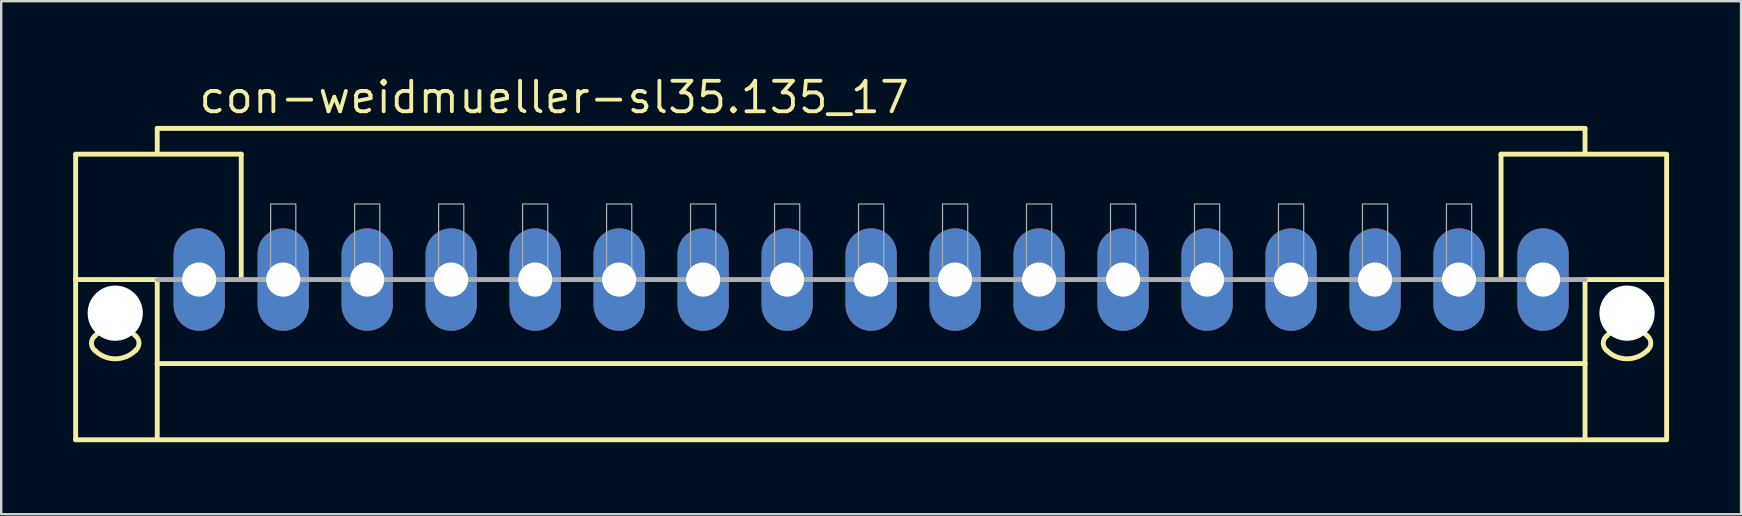
<source format=kicad_pcb>
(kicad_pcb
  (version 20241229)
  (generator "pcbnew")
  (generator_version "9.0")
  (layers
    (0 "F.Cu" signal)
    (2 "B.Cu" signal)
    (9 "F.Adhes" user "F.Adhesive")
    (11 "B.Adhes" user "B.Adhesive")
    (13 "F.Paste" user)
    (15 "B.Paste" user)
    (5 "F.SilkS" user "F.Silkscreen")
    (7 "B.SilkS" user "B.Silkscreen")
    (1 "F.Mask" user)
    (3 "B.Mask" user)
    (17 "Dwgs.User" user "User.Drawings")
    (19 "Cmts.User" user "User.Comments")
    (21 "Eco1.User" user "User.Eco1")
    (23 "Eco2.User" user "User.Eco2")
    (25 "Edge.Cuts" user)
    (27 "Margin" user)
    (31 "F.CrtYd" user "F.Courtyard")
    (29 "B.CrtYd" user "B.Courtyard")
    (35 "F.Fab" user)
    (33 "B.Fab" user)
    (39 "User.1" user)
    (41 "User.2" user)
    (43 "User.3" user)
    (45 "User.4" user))
  (footprint "con-weidmueller-sl35.135_17"
    (layer "F.Cu")
    (at 33.252 8.6)
    (property "Reference" "con-weidmueller-sl35.135_17" (at -28.1 -6.85 0) (layer "F.SilkS") (effects (font (size 1.27 1.27) (thickness 0.16)) (justify left bottom)))
    (attr through_hole)
    (fp_line (start -33.15 -5.225) (end -26.25 -5.225) (stroke (width 0.203) (type default)) (layer "F.SilkS"))
    (fp_line (start -33.15 -5.2) (end -33.15 0) (stroke (width 0.203) (type default)) (layer "F.SilkS"))
    (fp_line (start -33.15 0) (end -33.15 6.675) (stroke (width 0.203) (type default)) (layer "F.SilkS"))
    (fp_line (start -33.15 0) (end -29.75 0) (stroke (width 0.203) (type default)) (layer "F.SilkS"))
    (fp_line (start -33.15 6.675) (end 33.15 6.675) (stroke (width 0.203) (type default)) (layer "F.SilkS"))
    (fp_line (start -29.75 -6.3) (end 29.75 -6.3) (stroke (width 0.203) (type default)) (layer "F.SilkS"))
    (fp_line (start -29.75 -5.3) (end -29.75 -6.3) (stroke (width 0.203) (type default)) (layer "F.SilkS"))
    (fp_line (start -29.75 0) (end -29.75 3.5) (stroke (width 0.203) (type default)) (layer "F.SilkS"))
    (fp_line (start -29.75 3.5) (end 29.75 3.5) (stroke (width 0.203) (type default)) (layer "F.SilkS"))
    (fp_line (start -29.75 6.65) (end -29.75 3.5) (stroke (width 0.203) (type default)) (layer "F.SilkS"))
    (fp_line (start -26.25 -5.225) (end -26.25 -5.2) (stroke (width 0.203) (type default)) (layer "F.SilkS"))
    (fp_line (start -26.25 -5.175) (end -26.25 0) (stroke (width 0.203) (type default)) (layer "F.SilkS"))
    (fp_line (start 26.25 -5.225) (end 33.15 -5.225) (stroke (width 0.203) (type default)) (layer "F.SilkS"))
    (fp_line (start 26.25 -5.2) (end 26.25 -5.225) (stroke (width 0.203) (type default)) (layer "F.SilkS"))
    (fp_line (start 26.25 0) (end 26.25 -5.175) (stroke (width 0.203) (type default)) (layer "F.SilkS"))
    (fp_line (start 29.75 -6.3) (end 29.75 -5.3) (stroke (width 0.203) (type default)) (layer "F.SilkS"))
    (fp_line (start 29.75 3.5) (end 29.75 0) (stroke (width 0.203) (type default)) (layer "F.SilkS"))
    (fp_line (start 29.75 6.65) (end 29.75 3.5) (stroke (width 0.203) (type default)) (layer "F.SilkS"))
    (fp_line (start 33.15 0) (end 29.75 0) (stroke (width 0.203) (type default)) (layer "F.SilkS"))
    (fp_line (start 33.15 0) (end 33.15 -5.2) (stroke (width 0.203) (type default)) (layer "F.SilkS"))
    (fp_line (start 33.15 6.675) (end 33.15 0) (stroke (width 0.203) (type default)) (layer "F.SilkS"))
    (fp_arc (start -32.35 2.35) (mid -31.5 1.997918) (end -30.65 2.35) (stroke (width 0.2032) (type default)) (layer "F.SilkS"))
    (fp_arc (start -32.35 2.95) (mid -32.490512 2.65) (end -32.35 2.35) (stroke (width 0.2032) (type default)) (layer "F.SilkS"))
    (fp_arc (start -30.65 2.35) (mid -30.509488 2.65) (end -30.65 2.95) (stroke (width 0.2032) (type default)) (layer "F.SilkS"))
    (fp_arc (start -30.65 2.95) (mid -31.5 3.302082) (end -32.35 2.95) (stroke (width 0.2032) (type default)) (layer "F.SilkS"))
    (fp_arc (start 30.65 2.35) (mid 31.5 1.997918) (end 32.35 2.35) (stroke (width 0.2032) (type default)) (layer "F.SilkS"))
    (fp_arc (start 30.65 2.95) (mid 30.509488 2.65) (end 30.65 2.35) (stroke (width 0.2032) (type default)) (layer "F.SilkS"))
    (fp_arc (start 32.35 2.35) (mid 32.490512 2.65) (end 32.35 2.95) (stroke (width 0.2032) (type default)) (layer "F.SilkS"))
    (fp_arc (start 32.35 2.95) (mid 31.5 3.302082) (end 30.65 2.95) (stroke (width 0.2032) (type default)) (layer "F.SilkS"))
    (fp_line (start 29.75 0) (end -29.75 0) (stroke (width 0.203) (type default)) (layer "F.Fab"))
    (fp_rect (start -25.025 0) (end -23.975 -3.15) (stroke (width 0.05) (type default)) (fill no) (layer "F.Fab"))
    (fp_rect (start -21.525 0) (end -20.475 -3.15) (stroke (width 0.05) (type default)) (fill no) (layer "F.Fab"))
    (fp_rect (start -18.025 0) (end -16.975 -3.15) (stroke (width 0.05) (type default)) (fill no) (layer "F.Fab"))
    (fp_rect (start -14.525 0) (end -13.475 -3.15) (stroke (width 0.05) (type default)) (fill no) (layer "F.Fab"))
    (fp_rect (start -11.025 0) (end -9.975 -3.15) (stroke (width 0.05) (type default)) (fill no) (layer "F.Fab"))
    (fp_rect (start -7.525 0) (end -6.475 -3.15) (stroke (width 0.05) (type default)) (fill no) (layer "F.Fab"))
    (fp_rect (start -4.025 0) (end -2.975 -3.15) (stroke (width 0.05) (type default)) (fill no) (layer "F.Fab"))
    (fp_rect (start -0.525 0) (end 0.525 -3.15) (stroke (width 0.05) (type default)) (fill no) (layer "F.Fab"))
    (fp_rect (start 2.975 0) (end 4.025 -3.15) (stroke (width 0.05) (type default)) (fill no) (layer "F.Fab"))
    (fp_rect (start 6.475 0) (end 7.525 -3.15) (stroke (width 0.05) (type default)) (fill no) (layer "F.Fab"))
    (fp_rect (start 9.975 0) (end 11.025 -3.15) (stroke (width 0.05) (type default)) (fill no) (layer "F.Fab"))
    (fp_rect (start 13.475 0) (end 14.525 -3.15) (stroke (width 0.05) (type default)) (fill no) (layer "F.Fab"))
    (fp_rect (start 16.975 0) (end 18.025 -3.15) (stroke (width 0.05) (type default)) (fill no) (layer "F.Fab"))
    (fp_rect (start 20.475 0) (end 21.525 -3.15) (stroke (width 0.05) (type default)) (fill no) (layer "F.Fab"))
    (fp_rect (start 23.975 0) (end 25.025 -3.15) (stroke (width 0.05) (type default)) (fill no) (layer "F.Fab"))
    (pad "" np_thru_hole circle (at -31.5 1.4) (size 2.3 2.3) (drill 2.3) (layers "*.Cu" "*.Mask"))
    (pad "" np_thru_hole circle (at 31.5 1.4) (size 2.3 2.3) (drill 2.3) (layers "*.Cu" "*.Mask"))
    (pad "1" thru_hole oval (at -28 0 90) (size 4.267 2.134) (drill 1.422) (layers "*.Cu" "*.Mask"))
    (pad "2" thru_hole oval (at -24.5 0 90) (size 4.267 2.134) (drill 1.422) (layers "*.Cu" "*.Mask"))
    (pad "3" thru_hole oval (at -21 0 90) (size 4.267 2.134) (drill 1.422) (layers "*.Cu" "*.Mask"))
    (pad "4" thru_hole oval (at -17.5 0 90) (size 4.267 2.134) (drill 1.422) (layers "*.Cu" "*.Mask"))
    (pad "5" thru_hole oval (at -14 0 90) (size 4.267 2.134) (drill 1.422) (layers "*.Cu" "*.Mask"))
    (pad "6" thru_hole oval (at -10.5 0 90) (size 4.267 2.134) (drill 1.422) (layers "*.Cu" "*.Mask"))
    (pad "7" thru_hole oval (at -7 0 90) (size 4.267 2.134) (drill 1.422) (layers "*.Cu" "*.Mask"))
    (pad "8" thru_hole oval (at -3.5 0 90) (size 4.267 2.134) (drill 1.422) (layers "*.Cu" "*.Mask"))
    (pad "9" thru_hole oval (at 0 0 90) (size 4.267 2.134) (drill 1.422) (layers "*.Cu" "*.Mask"))
    (pad "10" thru_hole oval (at 3.5 0 90) (size 4.267 2.134) (drill 1.422) (layers "*.Cu" "*.Mask"))
    (pad "11" thru_hole oval (at 7 0 90) (size 4.267 2.134) (drill 1.422) (layers "*.Cu" "*.Mask"))
    (pad "12" thru_hole oval (at 10.5 0 90) (size 4.267 2.134) (drill 1.422) (layers "*.Cu" "*.Mask"))
    (pad "13" thru_hole oval (at 14 0 90) (size 4.267 2.134) (drill 1.422) (layers "*.Cu" "*.Mask"))
    (pad "14" thru_hole oval (at 17.5 0 90) (size 4.267 2.134) (drill 1.422) (layers "*.Cu" "*.Mask"))
    (pad "15" thru_hole oval (at 21 0 90) (size 4.267 2.134) (drill 1.422) (layers "*.Cu" "*.Mask"))
    (pad "16" thru_hole oval (at 24.5 0 90) (size 4.267 2.134) (drill 1.422) (layers "*.Cu" "*.Mask"))
    (pad "17" thru_hole oval (at 28 0 90) (size 4.267 2.134) (drill 1.422) (layers "*.Cu" "*.Mask")))
  (gr_rect
    (start -3 -3)
    (end 69.503 18.377)
    (stroke (width 0.1) (type default))
    (fill no)
    (layer "Edge.Cuts")))
</source>
